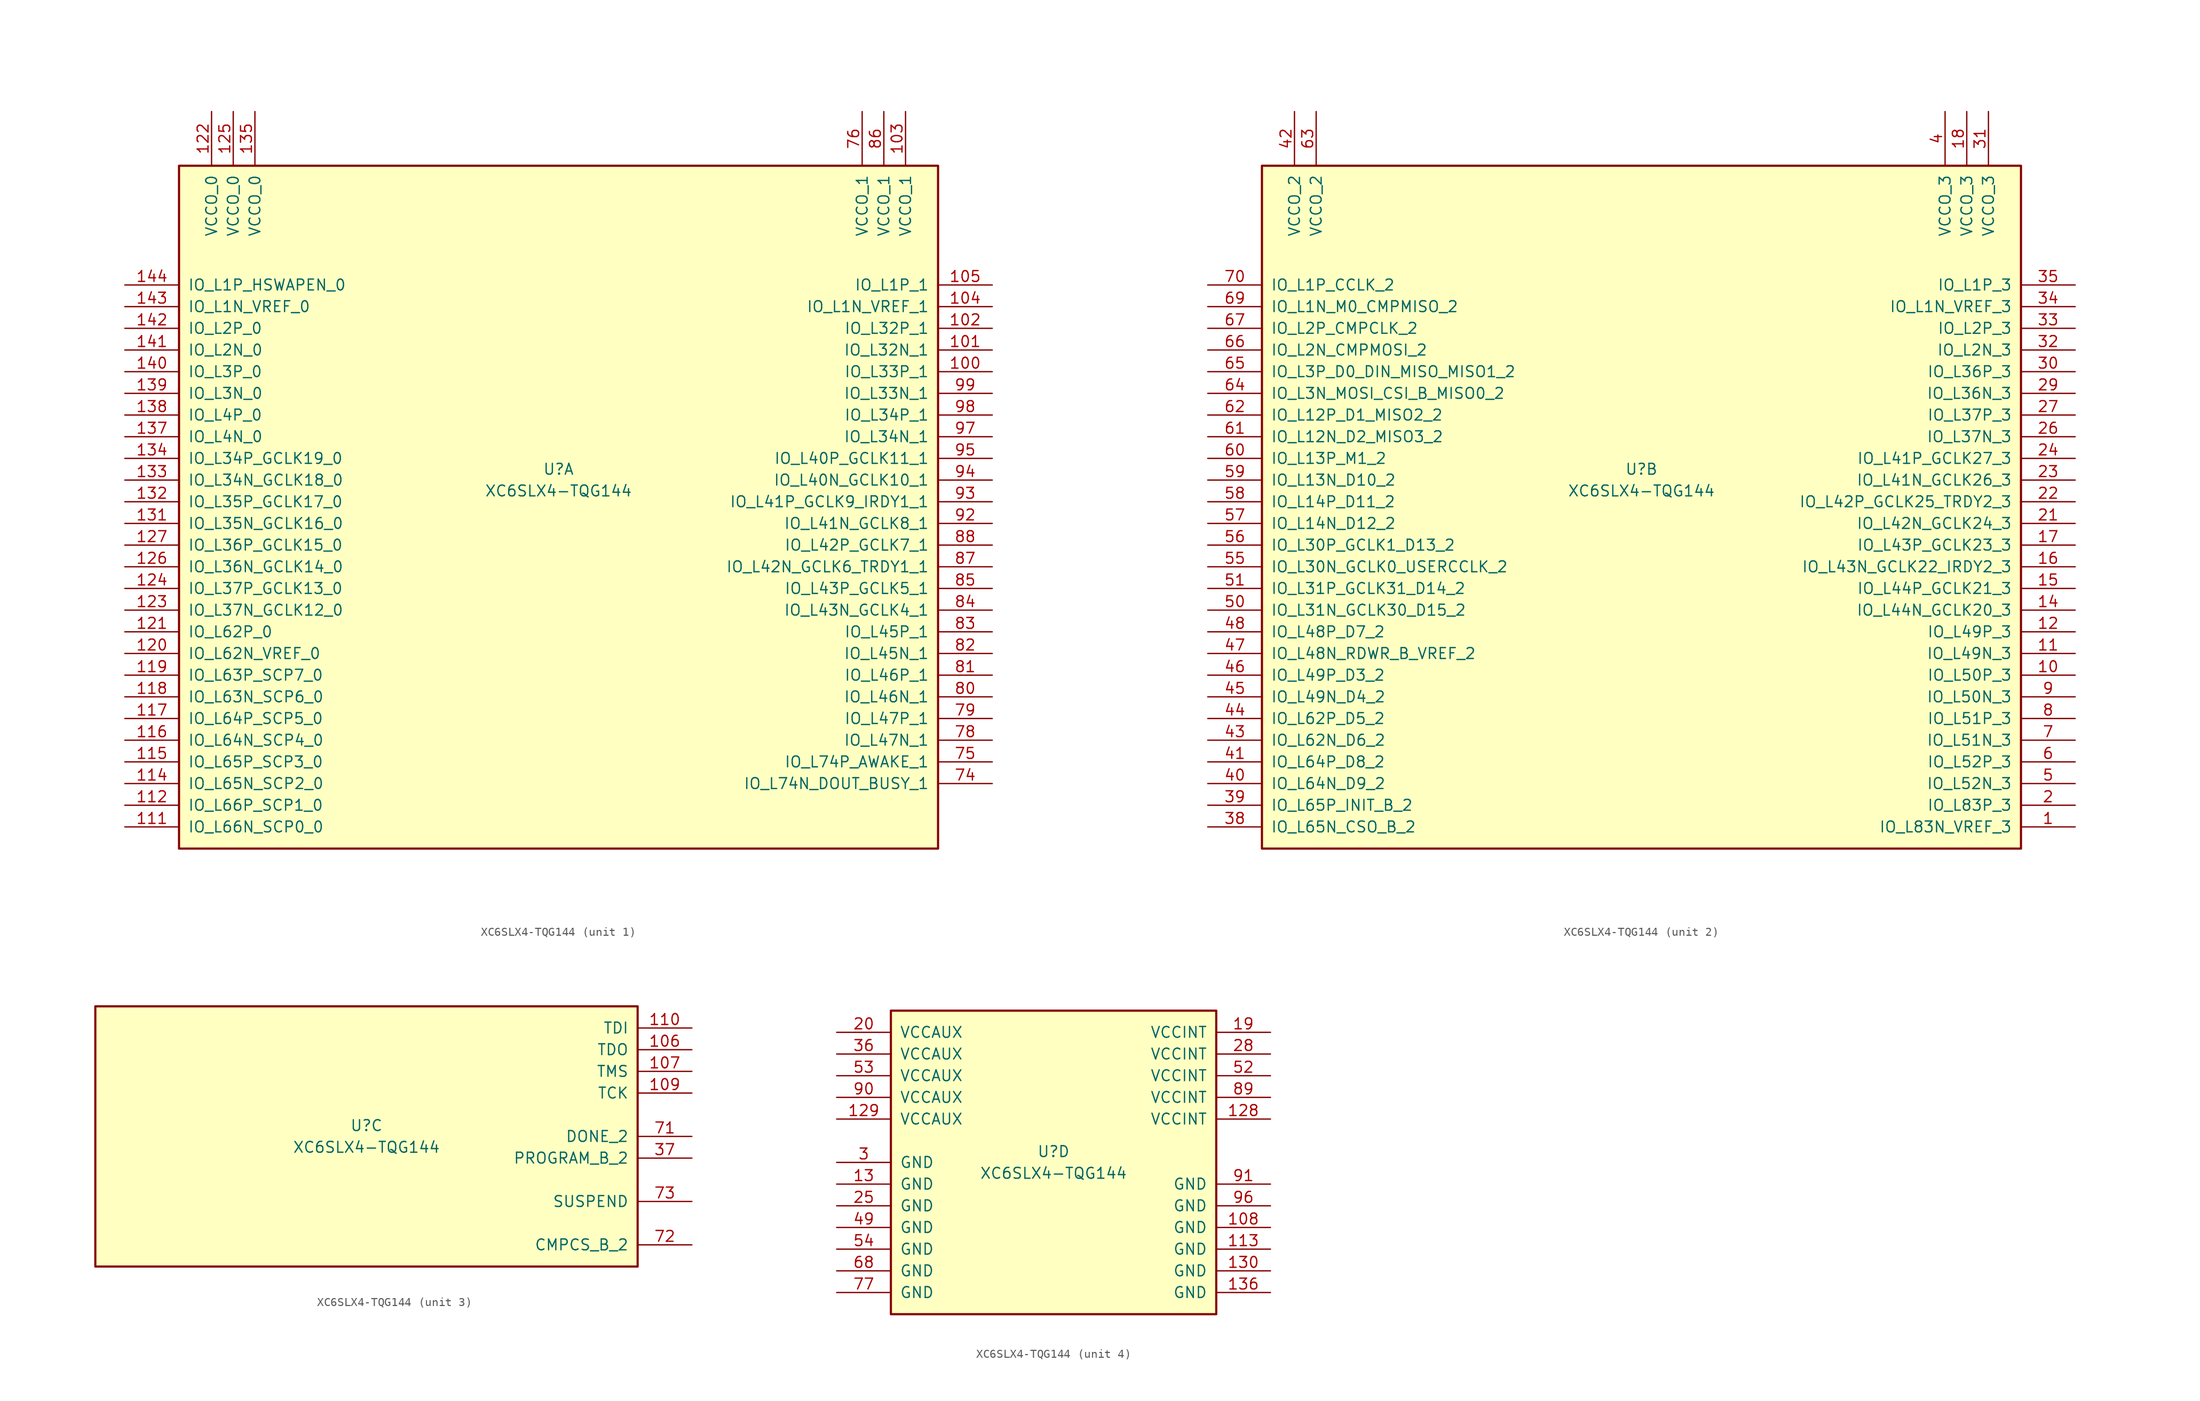
<source format=kicad_sym>
(kicad_symbol_lib
  (version 20201005)
  (generator kicad_symbol_editor)
  (symbol "XC6SLX4-TQG144"
    (pin_names
      (offset 1.016))
    (property "Reference" "U"
      (at 0 1.27 0)
      (effects (font (size 1.27 1.27))))
    (property "Value" "XC6SLX4-TQG144"
      (at 0 -1.27 0)
      (effects (font (size 1.27 1.27))))
    (property "Datasheet" ""
      (at 0 0 0)
      (effects (font (size 1.27 1.27))))
    (property "ki_locked" ""
      (at 0 0 0)
      (effects (font (size 1.27 1.27))))
    (symbol "XC6SLX4-TQG144_1_1"
      (rectangle (start -44.45 36.83) (end 44.45 -43.18) (stroke (width 0.254)) (fill (type background)))
      (pin power_in line (at -40.64 43.18 270) (length 6.35) (name "VCCO_0" (effects (font (size 1.27 1.27)))) (number "122" (effects (font (size 1.27 1.27)))))
      (pin power_in line (at -38.1 43.18 270) (length 6.35) (name "VCCO_0" (effects (font (size 1.27 1.27)))) (number "125" (effects (font (size 1.27 1.27)))))
      (pin power_in line (at -35.56 43.18 270) (length 6.35) (name "VCCO_0" (effects (font (size 1.27 1.27)))) (number "135" (effects (font (size 1.27 1.27)))))
      (pin bidirectional line (at -50.8 22.86 0) (length 6.35) (name "IO_L1P_HSWAPEN_0" (effects (font (size 1.27 1.27)))) (number "144" (effects (font (size 1.27 1.27)))))
      (pin bidirectional line (at -50.8 20.32 0) (length 6.35) (name "IO_L1N_VREF_0" (effects (font (size 1.27 1.27)))) (number "143" (effects (font (size 1.27 1.27)))))
      (pin bidirectional line (at -50.8 17.78 0) (length 6.35) (name "IO_L2P_0" (effects (font (size 1.27 1.27)))) (number "142" (effects (font (size 1.27 1.27)))))
      (pin bidirectional line (at -50.8 15.24 0) (length 6.35) (name "IO_L2N_0" (effects (font (size 1.27 1.27)))) (number "141" (effects (font (size 1.27 1.27)))))
      (pin bidirectional line (at -50.8 12.7 0) (length 6.35) (name "IO_L3P_0" (effects (font (size 1.27 1.27)))) (number "140" (effects (font (size 1.27 1.27)))))
      (pin bidirectional line (at -50.8 10.16 0) (length 6.35) (name "IO_L3N_0" (effects (font (size 1.27 1.27)))) (number "139" (effects (font (size 1.27 1.27)))))
      (pin bidirectional line (at -50.8 7.62 0) (length 6.35) (name "IO_L4P_0" (effects (font (size 1.27 1.27)))) (number "138" (effects (font (size 1.27 1.27)))))
      (pin bidirectional line (at -50.8 5.08 0) (length 6.35) (name "IO_L4N_0" (effects (font (size 1.27 1.27)))) (number "137" (effects (font (size 1.27 1.27)))))
      (pin bidirectional line (at -50.8 2.54 0) (length 6.35) (name "IO_L34P_GCLK19_0" (effects (font (size 1.27 1.27)))) (number "134" (effects (font (size 1.27 1.27)))))
      (pin bidirectional line (at -50.8 0 0) (length 6.35) (name "IO_L34N_GCLK18_0" (effects (font (size 1.27 1.27)))) (number "133" (effects (font (size 1.27 1.27)))))
      (pin bidirectional line (at -50.8 -2.54 0) (length 6.35) (name "IO_L35P_GCLK17_0" (effects (font (size 1.27 1.27)))) (number "132" (effects (font (size 1.27 1.27)))))
      (pin bidirectional line (at -50.8 -5.08 0) (length 6.35) (name "IO_L35N_GCLK16_0" (effects (font (size 1.27 1.27)))) (number "131" (effects (font (size 1.27 1.27)))))
      (pin bidirectional line (at -50.8 -7.62 0) (length 6.35) (name "IO_L36P_GCLK15_0" (effects (font (size 1.27 1.27)))) (number "127" (effects (font (size 1.27 1.27)))))
      (pin bidirectional line (at -50.8 -10.16 0) (length 6.35) (name "IO_L36N_GCLK14_0" (effects (font (size 1.27 1.27)))) (number "126" (effects (font (size 1.27 1.27)))))
      (pin bidirectional line (at -50.8 -12.7 0) (length 6.35) (name "IO_L37P_GCLK13_0" (effects (font (size 1.27 1.27)))) (number "124" (effects (font (size 1.27 1.27)))))
      (pin bidirectional line (at -50.8 -15.24 0) (length 6.35) (name "IO_L37N_GCLK12_0" (effects (font (size 1.27 1.27)))) (number "123" (effects (font (size 1.27 1.27)))))
      (pin bidirectional line (at -50.8 -17.78 0) (length 6.35) (name "IO_L62P_0" (effects (font (size 1.27 1.27)))) (number "121" (effects (font (size 1.27 1.27)))))
      (pin bidirectional line (at -50.8 -20.32 0) (length 6.35) (name "IO_L62N_VREF_0" (effects (font (size 1.27 1.27)))) (number "120" (effects (font (size 1.27 1.27)))))
      (pin bidirectional line (at -50.8 -22.86 0) (length 6.35) (name "IO_L63P_SCP7_0" (effects (font (size 1.27 1.27)))) (number "119" (effects (font (size 1.27 1.27)))))
      (pin bidirectional line (at -50.8 -25.4 0) (length 6.35) (name "IO_L63N_SCP6_0" (effects (font (size 1.27 1.27)))) (number "118" (effects (font (size 1.27 1.27)))))
      (pin bidirectional line (at -50.8 -27.94 0) (length 6.35) (name "IO_L64P_SCP5_0" (effects (font (size 1.27 1.27)))) (number "117" (effects (font (size 1.27 1.27)))))
      (pin bidirectional line (at -50.8 -30.48 0) (length 6.35) (name "IO_L64N_SCP4_0" (effects (font (size 1.27 1.27)))) (number "116" (effects (font (size 1.27 1.27)))))
      (pin bidirectional line (at -50.8 -33.02 0) (length 6.35) (name "IO_L65P_SCP3_0" (effects (font (size 1.27 1.27)))) (number "115" (effects (font (size 1.27 1.27)))))
      (pin bidirectional line (at -50.8 -35.56 0) (length 6.35) (name "IO_L65N_SCP2_0" (effects (font (size 1.27 1.27)))) (number "114" (effects (font (size 1.27 1.27)))))
      (pin bidirectional line (at -50.8 -38.1 0) (length 6.35) (name "IO_L66P_SCP1_0" (effects (font (size 1.27 1.27)))) (number "112" (effects (font (size 1.27 1.27)))))
      (pin bidirectional line (at -50.8 -40.64 0) (length 6.35) (name "IO_L66N_SCP0_0" (effects (font (size 1.27 1.27)))) (number "111" (effects (font (size 1.27 1.27)))))
      (pin power_in line (at 35.56 43.18 270) (length 6.35) (name "VCCO_1" (effects (font (size 1.27 1.27)))) (number "76" (effects (font (size 1.27 1.27)))))
      (pin power_in line (at 38.1 43.18 270) (length 6.35) (name "VCCO_1" (effects (font (size 1.27 1.27)))) (number "86" (effects (font (size 1.27 1.27)))))
      (pin power_in line (at 40.64 43.18 270) (length 6.35) (name "VCCO_1" (effects (font (size 1.27 1.27)))) (number "103" (effects (font (size 1.27 1.27)))))
      (pin bidirectional line (at 50.8 22.86 180) (length 6.35) (name "IO_L1P_1" (effects (font (size 1.27 1.27)))) (number "105" (effects (font (size 1.27 1.27)))))
      (pin bidirectional line (at 50.8 20.32 180) (length 6.35) (name "IO_L1N_VREF_1" (effects (font (size 1.27 1.27)))) (number "104" (effects (font (size 1.27 1.27)))))
      (pin bidirectional line (at 50.8 17.78 180) (length 6.35) (name "IO_L32P_1" (effects (font (size 1.27 1.27)))) (number "102" (effects (font (size 1.27 1.27)))))
      (pin bidirectional line (at 50.8 15.24 180) (length 6.35) (name "IO_L32N_1" (effects (font (size 1.27 1.27)))) (number "101" (effects (font (size 1.27 1.27)))))
      (pin bidirectional line (at 50.8 12.7 180) (length 6.35) (name "IO_L33P_1" (effects (font (size 1.27 1.27)))) (number "100" (effects (font (size 1.27 1.27)))))
      (pin bidirectional line (at 50.8 10.16 180) (length 6.35) (name "IO_L33N_1" (effects (font (size 1.27 1.27)))) (number "99" (effects (font (size 1.27 1.27)))))
      (pin bidirectional line (at 50.8 7.62 180) (length 6.35) (name "IO_L34P_1" (effects (font (size 1.27 1.27)))) (number "98" (effects (font (size 1.27 1.27)))))
      (pin bidirectional line (at 50.8 5.08 180) (length 6.35) (name "IO_L34N_1" (effects (font (size 1.27 1.27)))) (number "97" (effects (font (size 1.27 1.27)))))
      (pin bidirectional line (at 50.8 2.54 180) (length 6.35) (name "IO_L40P_GCLK11_1" (effects (font (size 1.27 1.27)))) (number "95" (effects (font (size 1.27 1.27)))))
      (pin bidirectional line (at 50.8 0 180) (length 6.35) (name "IO_L40N_GCLK10_1" (effects (font (size 1.27 1.27)))) (number "94" (effects (font (size 1.27 1.27)))))
      (pin bidirectional line (at 50.8 -2.54 180) (length 6.35) (name "IO_L41P_GCLK9_IRDY1_1" (effects (font (size 1.27 1.27)))) (number "93" (effects (font (size 1.27 1.27)))))
      (pin bidirectional line (at 50.8 -5.08 180) (length 6.35) (name "IO_L41N_GCLK8_1" (effects (font (size 1.27 1.27)))) (number "92" (effects (font (size 1.27 1.27)))))
      (pin bidirectional line (at 50.8 -7.62 180) (length 6.35) (name "IO_L42P_GCLK7_1" (effects (font (size 1.27 1.27)))) (number "88" (effects (font (size 1.27 1.27)))))
      (pin bidirectional line (at 50.8 -10.16 180) (length 6.35) (name "IO_L42N_GCLK6_TRDY1_1" (effects (font (size 1.27 1.27)))) (number "87" (effects (font (size 1.27 1.27)))))
      (pin bidirectional line (at 50.8 -12.7 180) (length 6.35) (name "IO_L43P_GCLK5_1" (effects (font (size 1.27 1.27)))) (number "85" (effects (font (size 1.27 1.27)))))
      (pin bidirectional line (at 50.8 -15.24 180) (length 6.35) (name "IO_L43N_GCLK4_1" (effects (font (size 1.27 1.27)))) (number "84" (effects (font (size 1.27 1.27)))))
      (pin bidirectional line (at 50.8 -17.78 180) (length 6.35) (name "IO_L45P_1" (effects (font (size 1.27 1.27)))) (number "83" (effects (font (size 1.27 1.27)))))
      (pin bidirectional line (at 50.8 -20.32 180) (length 6.35) (name "IO_L45N_1" (effects (font (size 1.27 1.27)))) (number "82" (effects (font (size 1.27 1.27)))))
      (pin bidirectional line (at 50.8 -22.86 180) (length 6.35) (name "IO_L46P_1" (effects (font (size 1.27 1.27)))) (number "81" (effects (font (size 1.27 1.27)))))
      (pin bidirectional line (at 50.8 -25.4 180) (length 6.35) (name "IO_L46N_1" (effects (font (size 1.27 1.27)))) (number "80" (effects (font (size 1.27 1.27)))))
      (pin bidirectional line (at 50.8 -27.94 180) (length 6.35) (name "IO_L47P_1" (effects (font (size 1.27 1.27)))) (number "79" (effects (font (size 1.27 1.27)))))
      (pin bidirectional line (at 50.8 -30.48 180) (length 6.35) (name "IO_L47N_1" (effects (font (size 1.27 1.27)))) (number "78" (effects (font (size 1.27 1.27)))))
      (pin bidirectional line (at 50.8 -33.02 180) (length 6.35) (name "IO_L74P_AWAKE_1" (effects (font (size 1.27 1.27)))) (number "75" (effects (font (size 1.27 1.27)))))
      (pin bidirectional line (at 50.8 -35.56 180) (length 6.35) (name "IO_L74N_DOUT_BUSY_1" (effects (font (size 1.27 1.27)))) (number "74" (effects (font (size 1.27 1.27))))))
    (symbol "XC6SLX4-TQG144_2_1"
      (rectangle (start -44.45 36.83) (end 44.45 -43.18) (stroke (width 0.254)) (fill (type background)))
      (pin power_in line (at -40.64 43.18 270) (length 6.35) (name "VCCO_2" (effects (font (size 1.27 1.27)))) (number "42" (effects (font (size 1.27 1.27)))))
      (pin power_in line (at -38.1 43.18 270) (length 6.35) (name "VCCO_2" (effects (font (size 1.27 1.27)))) (number "63" (effects (font (size 1.27 1.27)))))
      (pin bidirectional line (at -50.8 22.86 0) (length 6.35) (name "IO_L1P_CCLK_2" (effects (font (size 1.27 1.27)))) (number "70" (effects (font (size 1.27 1.27)))))
      (pin bidirectional line (at -50.8 20.32 0) (length 6.35) (name "IO_L1N_M0_CMPMISO_2" (effects (font (size 1.27 1.27)))) (number "69" (effects (font (size 1.27 1.27)))))
      (pin bidirectional line (at -50.8 17.78 0) (length 6.35) (name "IO_L2P_CMPCLK_2" (effects (font (size 1.27 1.27)))) (number "67" (effects (font (size 1.27 1.27)))))
      (pin bidirectional line (at -50.8 15.24 0) (length 6.35) (name "IO_L2N_CMPMOSI_2" (effects (font (size 1.27 1.27)))) (number "66" (effects (font (size 1.27 1.27)))))
      (pin bidirectional line (at -50.8 12.7 0) (length 6.35) (name "IO_L3P_D0_DIN_MISO_MISO1_2" (effects (font (size 1.27 1.27)))) (number "65" (effects (font (size 1.27 1.27)))))
      (pin bidirectional line (at -50.8 10.16 0) (length 6.35) (name "IO_L3N_MOSI_CSI_B_MISO0_2" (effects (font (size 1.27 1.27)))) (number "64" (effects (font (size 1.27 1.27)))))
      (pin bidirectional line (at -50.8 7.62 0) (length 6.35) (name "IO_L12P_D1_MISO2_2" (effects (font (size 1.27 1.27)))) (number "62" (effects (font (size 1.27 1.27)))))
      (pin bidirectional line (at -50.8 5.08 0) (length 6.35) (name "IO_L12N_D2_MISO3_2" (effects (font (size 1.27 1.27)))) (number "61" (effects (font (size 1.27 1.27)))))
      (pin bidirectional line (at -50.8 2.54 0) (length 6.35) (name "IO_L13P_M1_2" (effects (font (size 1.27 1.27)))) (number "60" (effects (font (size 1.27 1.27)))))
      (pin bidirectional line (at -50.8 0 0) (length 6.35) (name "IO_L13N_D10_2" (effects (font (size 1.27 1.27)))) (number "59" (effects (font (size 1.27 1.27)))))
      (pin bidirectional line (at -50.8 -2.54 0) (length 6.35) (name "IO_L14P_D11_2" (effects (font (size 1.27 1.27)))) (number "58" (effects (font (size 1.27 1.27)))))
      (pin bidirectional line (at -50.8 -5.08 0) (length 6.35) (name "IO_L14N_D12_2" (effects (font (size 1.27 1.27)))) (number "57" (effects (font (size 1.27 1.27)))))
      (pin bidirectional line (at -50.8 -7.62 0) (length 6.35) (name "IO_L30P_GCLK1_D13_2" (effects (font (size 1.27 1.27)))) (number "56" (effects (font (size 1.27 1.27)))))
      (pin bidirectional line (at -50.8 -10.16 0) (length 6.35) (name "IO_L30N_GCLK0_USERCCLK_2" (effects (font (size 1.27 1.27)))) (number "55" (effects (font (size 1.27 1.27)))))
      (pin bidirectional line (at -50.8 -12.7 0) (length 6.35) (name "IO_L31P_GCLK31_D14_2" (effects (font (size 1.27 1.27)))) (number "51" (effects (font (size 1.27 1.27)))))
      (pin bidirectional line (at -50.8 -15.24 0) (length 6.35) (name "IO_L31N_GCLK30_D15_2" (effects (font (size 1.27 1.27)))) (number "50" (effects (font (size 1.27 1.27)))))
      (pin bidirectional line (at -50.8 -17.78 0) (length 6.35) (name "IO_L48P_D7_2" (effects (font (size 1.27 1.27)))) (number "48" (effects (font (size 1.27 1.27)))))
      (pin bidirectional line (at -50.8 -20.32 0) (length 6.35) (name "IO_L48N_RDWR_B_VREF_2" (effects (font (size 1.27 1.27)))) (number "47" (effects (font (size 1.27 1.27)))))
      (pin bidirectional line (at -50.8 -22.86 0) (length 6.35) (name "IO_L49P_D3_2" (effects (font (size 1.27 1.27)))) (number "46" (effects (font (size 1.27 1.27)))))
      (pin bidirectional line (at -50.8 -25.4 0) (length 6.35) (name "IO_L49N_D4_2" (effects (font (size 1.27 1.27)))) (number "45" (effects (font (size 1.27 1.27)))))
      (pin bidirectional line (at -50.8 -27.94 0) (length 6.35) (name "IO_L62P_D5_2" (effects (font (size 1.27 1.27)))) (number "44" (effects (font (size 1.27 1.27)))))
      (pin bidirectional line (at -50.8 -30.48 0) (length 6.35) (name "IO_L62N_D6_2" (effects (font (size 1.27 1.27)))) (number "43" (effects (font (size 1.27 1.27)))))
      (pin bidirectional line (at -50.8 -33.02 0) (length 6.35) (name "IO_L64P_D8_2" (effects (font (size 1.27 1.27)))) (number "41" (effects (font (size 1.27 1.27)))))
      (pin bidirectional line (at -50.8 -35.56 0) (length 6.35) (name "IO_L64N_D9_2" (effects (font (size 1.27 1.27)))) (number "40" (effects (font (size 1.27 1.27)))))
      (pin bidirectional line (at -50.8 -38.1 0) (length 6.35) (name "IO_L65P_INIT_B_2" (effects (font (size 1.27 1.27)))) (number "39" (effects (font (size 1.27 1.27)))))
      (pin bidirectional line (at -50.8 -40.64 0) (length 6.35) (name "IO_L65N_CSO_B_2" (effects (font (size 1.27 1.27)))) (number "38" (effects (font (size 1.27 1.27)))))
      (pin power_in line (at 35.56 43.18 270) (length 6.35) (name "VCCO_3" (effects (font (size 1.27 1.27)))) (number "4" (effects (font (size 1.27 1.27)))))
      (pin power_in line (at 38.1 43.18 270) (length 6.35) (name "VCCO_3" (effects (font (size 1.27 1.27)))) (number "18" (effects (font (size 1.27 1.27)))))
      (pin power_in line (at 40.64 43.18 270) (length 6.35) (name "VCCO_3" (effects (font (size 1.27 1.27)))) (number "31" (effects (font (size 1.27 1.27)))))
      (pin bidirectional line (at 50.8 22.86 180) (length 6.35) (name "IO_L1P_3" (effects (font (size 1.27 1.27)))) (number "35" (effects (font (size 1.27 1.27)))))
      (pin bidirectional line (at 50.8 20.32 180) (length 6.35) (name "IO_L1N_VREF_3" (effects (font (size 1.27 1.27)))) (number "34" (effects (font (size 1.27 1.27)))))
      (pin bidirectional line (at 50.8 17.78 180) (length 6.35) (name "IO_L2P_3" (effects (font (size 1.27 1.27)))) (number "33" (effects (font (size 1.27 1.27)))))
      (pin bidirectional line (at 50.8 15.24 180) (length 6.35) (name "IO_L2N_3" (effects (font (size 1.27 1.27)))) (number "32" (effects (font (size 1.27 1.27)))))
      (pin bidirectional line (at 50.8 12.7 180) (length 6.35) (name "IO_L36P_3" (effects (font (size 1.27 1.27)))) (number "30" (effects (font (size 1.27 1.27)))))
      (pin bidirectional line (at 50.8 10.16 180) (length 6.35) (name "IO_L36N_3" (effects (font (size 1.27 1.27)))) (number "29" (effects (font (size 1.27 1.27)))))
      (pin bidirectional line (at 50.8 7.62 180) (length 6.35) (name "IO_L37P_3" (effects (font (size 1.27 1.27)))) (number "27" (effects (font (size 1.27 1.27)))))
      (pin bidirectional line (at 50.8 5.08 180) (length 6.35) (name "IO_L37N_3" (effects (font (size 1.27 1.27)))) (number "26" (effects (font (size 1.27 1.27)))))
      (pin bidirectional line (at 50.8 2.54 180) (length 6.35) (name "IO_L41P_GCLK27_3" (effects (font (size 1.27 1.27)))) (number "24" (effects (font (size 1.27 1.27)))))
      (pin bidirectional line (at 50.8 0 180) (length 6.35) (name "IO_L41N_GCLK26_3" (effects (font (size 1.27 1.27)))) (number "23" (effects (font (size 1.27 1.27)))))
      (pin bidirectional line (at 50.8 -2.54 180) (length 6.35) (name "IO_L42P_GCLK25_TRDY2_3" (effects (font (size 1.27 1.27)))) (number "22" (effects (font (size 1.27 1.27)))))
      (pin bidirectional line (at 50.8 -5.08 180) (length 6.35) (name "IO_L42N_GCLK24_3" (effects (font (size 1.27 1.27)))) (number "21" (effects (font (size 1.27 1.27)))))
      (pin bidirectional line (at 50.8 -7.62 180) (length 6.35) (name "IO_L43P_GCLK23_3" (effects (font (size 1.27 1.27)))) (number "17" (effects (font (size 1.27 1.27)))))
      (pin bidirectional line (at 50.8 -10.16 180) (length 6.35) (name "IO_L43N_GCLK22_IRDY2_3" (effects (font (size 1.27 1.27)))) (number "16" (effects (font (size 1.27 1.27)))))
      (pin bidirectional line (at 50.8 -12.7 180) (length 6.35) (name "IO_L44P_GCLK21_3" (effects (font (size 1.27 1.27)))) (number "15" (effects (font (size 1.27 1.27)))))
      (pin bidirectional line (at 50.8 -15.24 180) (length 6.35) (name "IO_L44N_GCLK20_3" (effects (font (size 1.27 1.27)))) (number "14" (effects (font (size 1.27 1.27)))))
      (pin bidirectional line (at 50.8 -17.78 180) (length 6.35) (name "IO_L49P_3" (effects (font (size 1.27 1.27)))) (number "12" (effects (font (size 1.27 1.27)))))
      (pin bidirectional line (at 50.8 -20.32 180) (length 6.35) (name "IO_L49N_3" (effects (font (size 1.27 1.27)))) (number "11" (effects (font (size 1.27 1.27)))))
      (pin bidirectional line (at 50.8 -22.86 180) (length 6.35) (name "IO_L50P_3" (effects (font (size 1.27 1.27)))) (number "10" (effects (font (size 1.27 1.27)))))
      (pin bidirectional line (at 50.8 -25.4 180) (length 6.35) (name "IO_L50N_3" (effects (font (size 1.27 1.27)))) (number "9" (effects (font (size 1.27 1.27)))))
      (pin bidirectional line (at 50.8 -27.94 180) (length 6.35) (name "IO_L51P_3" (effects (font (size 1.27 1.27)))) (number "8" (effects (font (size 1.27 1.27)))))
      (pin bidirectional line (at 50.8 -30.48 180) (length 6.35) (name "IO_L51N_3" (effects (font (size 1.27 1.27)))) (number "7" (effects (font (size 1.27 1.27)))))
      (pin bidirectional line (at 50.8 -33.02 180) (length 6.35) (name "IO_L52P_3" (effects (font (size 1.27 1.27)))) (number "6" (effects (font (size 1.27 1.27)))))
      (pin bidirectional line (at 50.8 -35.56 180) (length 6.35) (name "IO_L52N_3" (effects (font (size 1.27 1.27)))) (number "5" (effects (font (size 1.27 1.27)))))
      (pin bidirectional line (at 50.8 -38.1 180) (length 6.35) (name "IO_L83P_3" (effects (font (size 1.27 1.27)))) (number "2" (effects (font (size 1.27 1.27)))))
      (pin bidirectional line (at 50.8 -40.64 180) (length 6.35) (name "IO_L83N_VREF_3" (effects (font (size 1.27 1.27)))) (number "1" (effects (font (size 1.27 1.27))))))
    (symbol "XC6SLX4-TQG144_3_1"
      (rectangle (start -31.75 15.24) (end 31.75 -15.24) (stroke (width 0.254)) (fill (type background)))
      (pin bidirectional line (at 38.1 12.7 180) (length 6.35) (name "TDI" (effects (font (size 1.27 1.27)))) (number "110" (effects (font (size 1.27 1.27)))))
      (pin bidirectional line (at 38.1 10.16 180) (length 6.35) (name "TDO" (effects (font (size 1.27 1.27)))) (number "106" (effects (font (size 1.27 1.27)))))
      (pin bidirectional line (at 38.1 7.62 180) (length 6.35) (name "TMS" (effects (font (size 1.27 1.27)))) (number "107" (effects (font (size 1.27 1.27)))))
      (pin bidirectional line (at 38.1 5.08 180) (length 6.35) (name "TCK" (effects (font (size 1.27 1.27)))) (number "109" (effects (font (size 1.27 1.27)))))
      (pin bidirectional line (at 38.1 0 180) (length 6.35) (name "DONE_2" (effects (font (size 1.27 1.27)))) (number "71" (effects (font (size 1.27 1.27)))))
      (pin bidirectional line (at 38.1 -2.54 180) (length 6.35) (name "PROGRAM_B_2" (effects (font (size 1.27 1.27)))) (number "37" (effects (font (size 1.27 1.27)))))
      (pin bidirectional line (at 38.1 -7.62 180) (length 6.35) (name "SUSPEND" (effects (font (size 1.27 1.27)))) (number "73" (effects (font (size 1.27 1.27)))))
      (pin bidirectional line (at 38.1 -12.7 180) (length 6.35) (name "CMPCS_B_2" (effects (font (size 1.27 1.27)))) (number "72" (effects (font (size 1.27 1.27))))))
    (symbol "XC6SLX4-TQG144_4_1"
      (rectangle (start -19.05 17.78) (end 19.05 -17.78) (stroke (width 0.254)) (fill (type background)))
      (pin power_in line (at -25.4 15.24 0) (length 6.35) (name "VCCAUX" (effects (font (size 1.27 1.27)))) (number "20" (effects (font (size 1.27 1.27)))))
      (pin power_in line (at -25.4 12.7 0) (length 6.35) (name "VCCAUX" (effects (font (size 1.27 1.27)))) (number "36" (effects (font (size 1.27 1.27)))))
      (pin power_in line (at -25.4 10.16 0) (length 6.35) (name "VCCAUX" (effects (font (size 1.27 1.27)))) (number "53" (effects (font (size 1.27 1.27)))))
      (pin power_in line (at -25.4 7.62 0) (length 6.35) (name "VCCAUX" (effects (font (size 1.27 1.27)))) (number "90" (effects (font (size 1.27 1.27)))))
      (pin power_in line (at -25.4 5.08 0) (length 6.35) (name "VCCAUX" (effects (font (size 1.27 1.27)))) (number "129" (effects (font (size 1.27 1.27)))))
      (pin power_in line (at -25.4 0 0) (length 6.35) (name "GND" (effects (font (size 1.27 1.27)))) (number "3" (effects (font (size 1.27 1.27)))))
      (pin power_in line (at -25.4 -2.54 0) (length 6.35) (name "GND" (effects (font (size 1.27 1.27)))) (number "13" (effects (font (size 1.27 1.27)))))
      (pin power_in line (at -25.4 -5.08 0) (length 6.35) (name "GND" (effects (font (size 1.27 1.27)))) (number "25" (effects (font (size 1.27 1.27)))))
      (pin power_in line (at -25.4 -7.62 0) (length 6.35) (name "GND" (effects (font (size 1.27 1.27)))) (number "49" (effects (font (size 1.27 1.27)))))
      (pin power_in line (at -25.4 -10.16 0) (length 6.35) (name "GND" (effects (font (size 1.27 1.27)))) (number "54" (effects (font (size 1.27 1.27)))))
      (pin power_in line (at -25.4 -12.7 0) (length 6.35) (name "GND" (effects (font (size 1.27 1.27)))) (number "68" (effects (font (size 1.27 1.27)))))
      (pin power_in line (at -25.4 -15.24 0) (length 6.35) (name "GND" (effects (font (size 1.27 1.27)))) (number "77" (effects (font (size 1.27 1.27)))))
      (pin power_in line (at 25.4 15.24 180) (length 6.35) (name "VCCINT" (effects (font (size 1.27 1.27)))) (number "19" (effects (font (size 1.27 1.27)))))
      (pin power_in line (at 25.4 12.7 180) (length 6.35) (name "VCCINT" (effects (font (size 1.27 1.27)))) (number "28" (effects (font (size 1.27 1.27)))))
      (pin power_in line (at 25.4 10.16 180) (length 6.35) (name "VCCINT" (effects (font (size 1.27 1.27)))) (number "52" (effects (font (size 1.27 1.27)))))
      (pin power_in line (at 25.4 7.62 180) (length 6.35) (name "VCCINT" (effects (font (size 1.27 1.27)))) (number "89" (effects (font (size 1.27 1.27)))))
      (pin power_in line (at 25.4 5.08 180) (length 6.35) (name "VCCINT" (effects (font (size 1.27 1.27)))) (number "128" (effects (font (size 1.27 1.27)))))
      (pin power_in line (at 25.4 -2.54 180) (length 6.35) (name "GND" (effects (font (size 1.27 1.27)))) (number "91" (effects (font (size 1.27 1.27)))))
      (pin power_in line (at 25.4 -5.08 180) (length 6.35) (name "GND" (effects (font (size 1.27 1.27)))) (number "96" (effects (font (size 1.27 1.27)))))
      (pin power_in line (at 25.4 -7.62 180) (length 6.35) (name "GND" (effects (font (size 1.27 1.27)))) (number "108" (effects (font (size 1.27 1.27)))))
      (pin power_in line (at 25.4 -10.16 180) (length 6.35) (name "GND" (effects (font (size 1.27 1.27)))) (number "113" (effects (font (size 1.27 1.27)))))
      (pin power_in line (at 25.4 -12.7 180) (length 6.35) (name "GND" (effects (font (size 1.27 1.27)))) (number "130" (effects (font (size 1.27 1.27)))))
      (pin power_in line (at 25.4 -15.24 180) (length 6.35) (name "GND" (effects (font (size 1.27 1.27)))) (number "136" (effects (font (size 1.27 1.27))))))))
</source>
